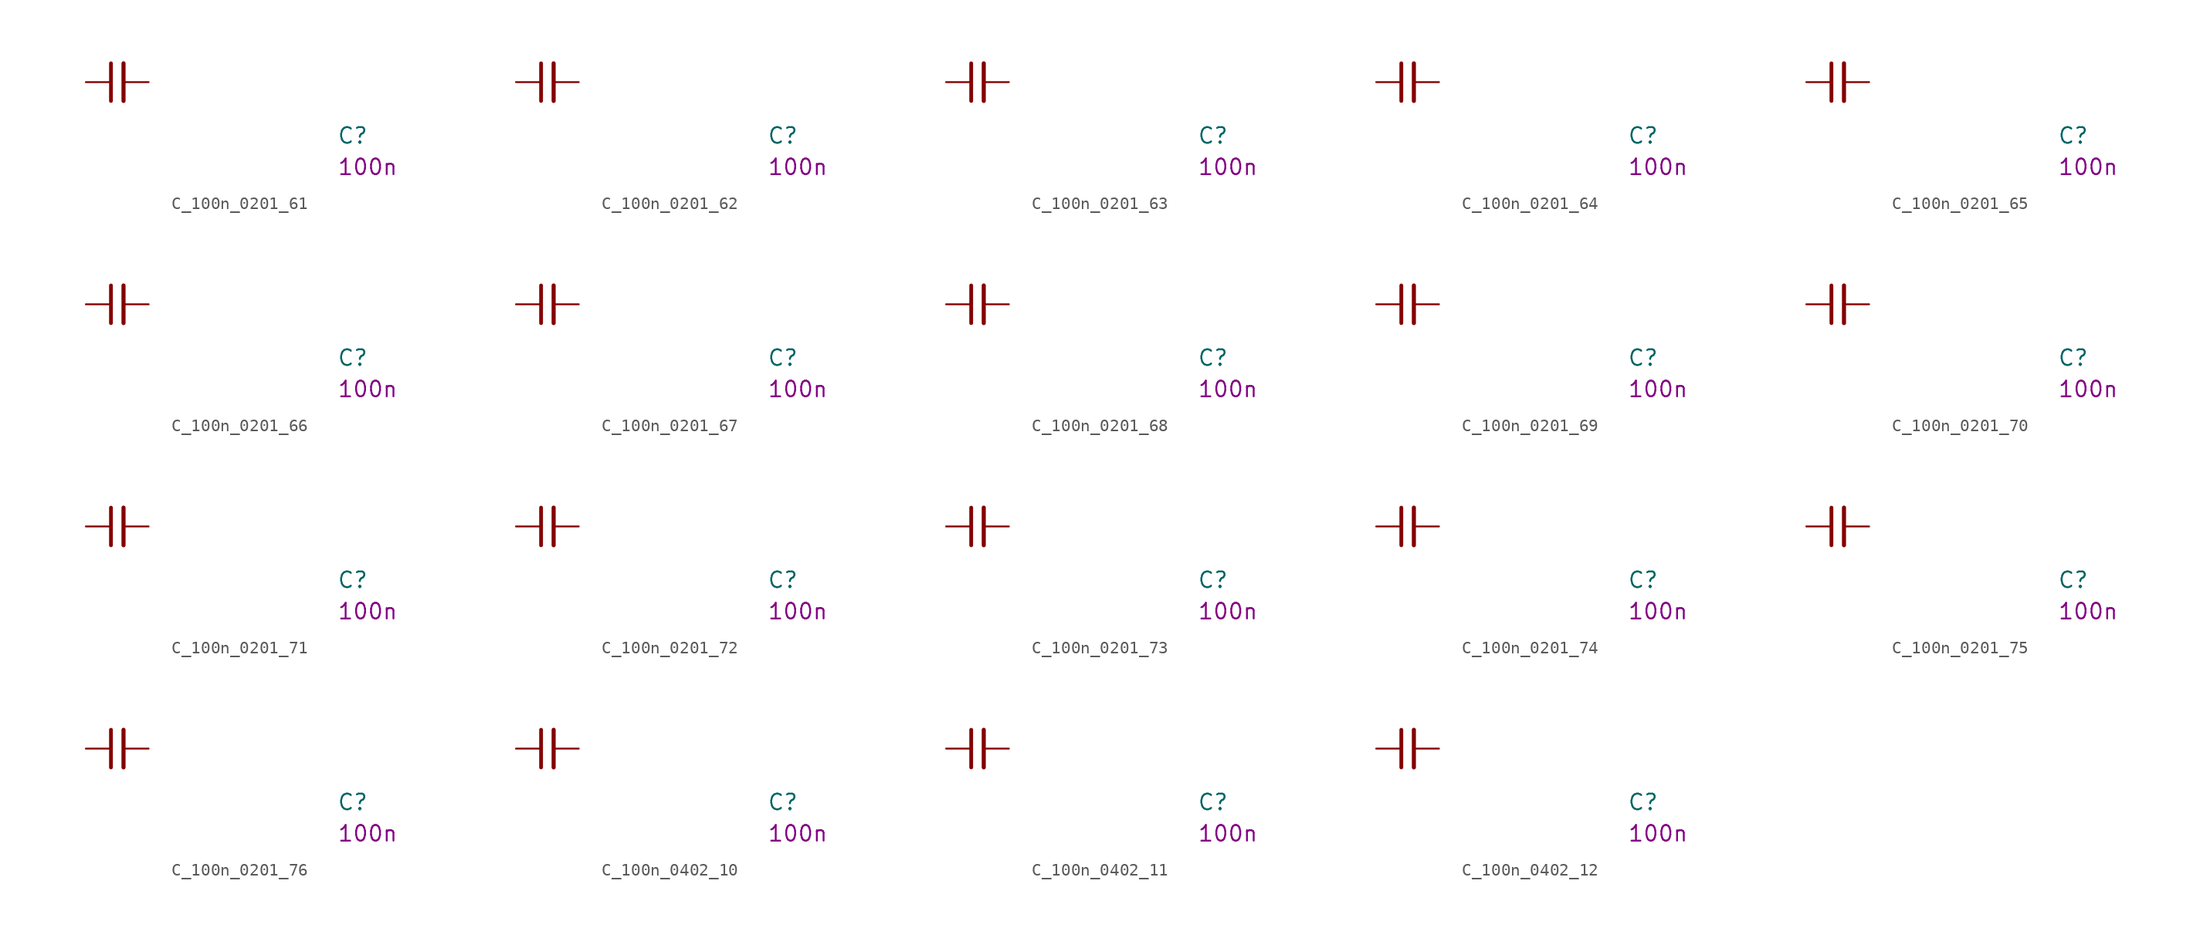
<source format=kicad_sym>
(kicad_symbol_lib
  (version 20211014)
  (generator kicad_symbol_editor)
  (symbol "data-center-rdimm-ddr4-tester:C_100n_0201_61"
    (pin_numbers hide)
    (pin_names hide)
    (property "Reference" "C"
      (at 20.32 -5.08 0)
      (effects (font (size 1.27 1.27) (thickness 0.15)) (justify left bottom)))
    (property "Val" "100n"
      (at 20.32 -7.62 0)
      (effects (font (size 1.27 1.27) (thickness 0.15)) (justify left bottom)))
    (symbol "C_100n_0201_61_0_1"
      (polyline (pts (xy 2.032 -1.524) (xy 2.032 1.524)) (stroke (width 0.305) (type default)) (fill (type none)))
      (polyline (pts (xy 3.048 -1.524) (xy 3.048 1.524)) (stroke (width 0.33) (type default)) (fill (type none))))
    (symbol "C_100n_0201_61_1_1"
      (pin passive line (at 0 0 0) (length 2.032) (name "~" (effects (font (size 1.27 1.27)))) (number "1" (effects (font (size 1.27 1.27)))))
      (pin passive line (at 5.08 0 180) (length 2.032) (name "~" (effects (font (size 1.27 1.27)))) (number "2" (effects (font (size 1.27 1.27)))))))
  (symbol "data-center-rdimm-ddr4-tester:C_100n_0201_62"
    (pin_numbers hide)
    (pin_names hide)
    (property "Reference" "C"
      (at 20.32 -5.08 0)
      (effects (font (size 1.27 1.27) (thickness 0.15)) (justify left bottom)))
    (property "Val" "100n"
      (at 20.32 -7.62 0)
      (effects (font (size 1.27 1.27) (thickness 0.15)) (justify left bottom)))
    (symbol "C_100n_0201_62_0_1"
      (polyline (pts (xy 2.032 -1.524) (xy 2.032 1.524)) (stroke (width 0.305) (type default)) (fill (type none)))
      (polyline (pts (xy 3.048 -1.524) (xy 3.048 1.524)) (stroke (width 0.33) (type default)) (fill (type none))))
    (symbol "C_100n_0201_62_1_1"
      (pin passive line (at 0 0 0) (length 2.032) (name "~" (effects (font (size 1.27 1.27)))) (number "1" (effects (font (size 1.27 1.27)))))
      (pin passive line (at 5.08 0 180) (length 2.032) (name "~" (effects (font (size 1.27 1.27)))) (number "2" (effects (font (size 1.27 1.27)))))))
  (symbol "data-center-rdimm-ddr4-tester:C_100n_0201_63"
    (pin_numbers hide)
    (pin_names hide)
    (property "Reference" "C"
      (at 20.32 -5.08 0)
      (effects (font (size 1.27 1.27) (thickness 0.15)) (justify left bottom)))
    (property "Val" "100n"
      (at 20.32 -7.62 0)
      (effects (font (size 1.27 1.27) (thickness 0.15)) (justify left bottom)))
    (symbol "C_100n_0201_63_0_1"
      (polyline (pts (xy 2.032 -1.524) (xy 2.032 1.524)) (stroke (width 0.305) (type default)) (fill (type none)))
      (polyline (pts (xy 3.048 -1.524) (xy 3.048 1.524)) (stroke (width 0.33) (type default)) (fill (type none))))
    (symbol "C_100n_0201_63_1_1"
      (pin passive line (at 0 0 0) (length 2.032) (name "~" (effects (font (size 1.27 1.27)))) (number "1" (effects (font (size 1.27 1.27)))))
      (pin passive line (at 5.08 0 180) (length 2.032) (name "~" (effects (font (size 1.27 1.27)))) (number "2" (effects (font (size 1.27 1.27)))))))
  (symbol "data-center-rdimm-ddr4-tester:C_100n_0201_64"
    (pin_numbers hide)
    (pin_names hide)
    (property "Reference" "C"
      (at 20.32 -5.08 0)
      (effects (font (size 1.27 1.27) (thickness 0.15)) (justify left bottom)))
    (property "Val" "100n"
      (at 20.32 -7.62 0)
      (effects (font (size 1.27 1.27) (thickness 0.15)) (justify left bottom)))
    (symbol "C_100n_0201_64_0_1"
      (polyline (pts (xy 2.032 -1.524) (xy 2.032 1.524)) (stroke (width 0.305) (type default)) (fill (type none)))
      (polyline (pts (xy 3.048 -1.524) (xy 3.048 1.524)) (stroke (width 0.33) (type default)) (fill (type none))))
    (symbol "C_100n_0201_64_1_1"
      (pin passive line (at 0 0 0) (length 2.032) (name "~" (effects (font (size 1.27 1.27)))) (number "1" (effects (font (size 1.27 1.27)))))
      (pin passive line (at 5.08 0 180) (length 2.032) (name "~" (effects (font (size 1.27 1.27)))) (number "2" (effects (font (size 1.27 1.27)))))))
  (symbol "data-center-rdimm-ddr4-tester:C_100n_0201_65"
    (pin_numbers hide)
    (pin_names hide)
    (property "Reference" "C"
      (at 20.32 -5.08 0)
      (effects (font (size 1.27 1.27) (thickness 0.15)) (justify left bottom)))
    (property "Val" "100n"
      (at 20.32 -7.62 0)
      (effects (font (size 1.27 1.27) (thickness 0.15)) (justify left bottom)))
    (symbol "C_100n_0201_65_0_1"
      (polyline (pts (xy 2.032 -1.524) (xy 2.032 1.524)) (stroke (width 0.305) (type default)) (fill (type none)))
      (polyline (pts (xy 3.048 -1.524) (xy 3.048 1.524)) (stroke (width 0.33) (type default)) (fill (type none))))
    (symbol "C_100n_0201_65_1_1"
      (pin passive line (at 0 0 0) (length 2.032) (name "~" (effects (font (size 1.27 1.27)))) (number "1" (effects (font (size 1.27 1.27)))))
      (pin passive line (at 5.08 0 180) (length 2.032) (name "~" (effects (font (size 1.27 1.27)))) (number "2" (effects (font (size 1.27 1.27)))))))
  (symbol "data-center-rdimm-ddr4-tester:C_100n_0201_66"
    (pin_numbers hide)
    (pin_names hide)
    (property "Reference" "C"
      (at 20.32 -5.08 0)
      (effects (font (size 1.27 1.27) (thickness 0.15)) (justify left bottom)))
    (property "Val" "100n"
      (at 20.32 -7.62 0)
      (effects (font (size 1.27 1.27) (thickness 0.15)) (justify left bottom)))
    (symbol "C_100n_0201_66_0_1"
      (polyline (pts (xy 2.032 -1.524) (xy 2.032 1.524)) (stroke (width 0.305) (type default)) (fill (type none)))
      (polyline (pts (xy 3.048 -1.524) (xy 3.048 1.524)) (stroke (width 0.33) (type default)) (fill (type none))))
    (symbol "C_100n_0201_66_1_1"
      (pin passive line (at 0 0 0) (length 2.032) (name "~" (effects (font (size 1.27 1.27)))) (number "1" (effects (font (size 1.27 1.27)))))
      (pin passive line (at 5.08 0 180) (length 2.032) (name "~" (effects (font (size 1.27 1.27)))) (number "2" (effects (font (size 1.27 1.27)))))))
  (symbol "data-center-rdimm-ddr4-tester:C_100n_0201_67"
    (pin_numbers hide)
    (pin_names hide)
    (property "Reference" "C"
      (at 20.32 -5.08 0)
      (effects (font (size 1.27 1.27) (thickness 0.15)) (justify left bottom)))
    (property "Val" "100n"
      (at 20.32 -7.62 0)
      (effects (font (size 1.27 1.27) (thickness 0.15)) (justify left bottom)))
    (symbol "C_100n_0201_67_0_1"
      (polyline (pts (xy 2.032 -1.524) (xy 2.032 1.524)) (stroke (width 0.305) (type default)) (fill (type none)))
      (polyline (pts (xy 3.048 -1.524) (xy 3.048 1.524)) (stroke (width 0.33) (type default)) (fill (type none))))
    (symbol "C_100n_0201_67_1_1"
      (pin passive line (at 0 0 0) (length 2.032) (name "~" (effects (font (size 1.27 1.27)))) (number "1" (effects (font (size 1.27 1.27)))))
      (pin passive line (at 5.08 0 180) (length 2.032) (name "~" (effects (font (size 1.27 1.27)))) (number "2" (effects (font (size 1.27 1.27)))))))
  (symbol "data-center-rdimm-ddr4-tester:C_100n_0201_68"
    (pin_numbers hide)
    (pin_names hide)
    (property "Reference" "C"
      (at 20.32 -5.08 0)
      (effects (font (size 1.27 1.27) (thickness 0.15)) (justify left bottom)))
    (property "Val" "100n"
      (at 20.32 -7.62 0)
      (effects (font (size 1.27 1.27) (thickness 0.15)) (justify left bottom)))
    (symbol "C_100n_0201_68_0_1"
      (polyline (pts (xy 2.032 -1.524) (xy 2.032 1.524)) (stroke (width 0.305) (type default)) (fill (type none)))
      (polyline (pts (xy 3.048 -1.524) (xy 3.048 1.524)) (stroke (width 0.33) (type default)) (fill (type none))))
    (symbol "C_100n_0201_68_1_1"
      (pin passive line (at 0 0 0) (length 2.032) (name "~" (effects (font (size 1.27 1.27)))) (number "1" (effects (font (size 1.27 1.27)))))
      (pin passive line (at 5.08 0 180) (length 2.032) (name "~" (effects (font (size 1.27 1.27)))) (number "2" (effects (font (size 1.27 1.27)))))))
  (symbol "data-center-rdimm-ddr4-tester:C_100n_0201_69"
    (pin_numbers hide)
    (pin_names hide)
    (property "Reference" "C"
      (at 20.32 -5.08 0)
      (effects (font (size 1.27 1.27) (thickness 0.15)) (justify left bottom)))
    (property "Val" "100n"
      (at 20.32 -7.62 0)
      (effects (font (size 1.27 1.27) (thickness 0.15)) (justify left bottom)))
    (symbol "C_100n_0201_69_0_1"
      (polyline (pts (xy 2.032 -1.524) (xy 2.032 1.524)) (stroke (width 0.305) (type default)) (fill (type none)))
      (polyline (pts (xy 3.048 -1.524) (xy 3.048 1.524)) (stroke (width 0.33) (type default)) (fill (type none))))
    (symbol "C_100n_0201_69_1_1"
      (pin passive line (at 0 0 0) (length 2.032) (name "~" (effects (font (size 1.27 1.27)))) (number "1" (effects (font (size 1.27 1.27)))))
      (pin passive line (at 5.08 0 180) (length 2.032) (name "~" (effects (font (size 1.27 1.27)))) (number "2" (effects (font (size 1.27 1.27)))))))
  (symbol "data-center-rdimm-ddr4-tester:C_100n_0201_70"
    (pin_numbers hide)
    (pin_names hide)
    (property "Reference" "C"
      (at 20.32 -5.08 0)
      (effects (font (size 1.27 1.27) (thickness 0.15)) (justify left bottom)))
    (property "Val" "100n"
      (at 20.32 -7.62 0)
      (effects (font (size 1.27 1.27) (thickness 0.15)) (justify left bottom)))
    (symbol "C_100n_0201_70_0_1"
      (polyline (pts (xy 2.032 -1.524) (xy 2.032 1.524)) (stroke (width 0.305) (type default)) (fill (type none)))
      (polyline (pts (xy 3.048 -1.524) (xy 3.048 1.524)) (stroke (width 0.33) (type default)) (fill (type none))))
    (symbol "C_100n_0201_70_1_1"
      (pin passive line (at 0 0 0) (length 2.032) (name "~" (effects (font (size 1.27 1.27)))) (number "1" (effects (font (size 1.27 1.27)))))
      (pin passive line (at 5.08 0 180) (length 2.032) (name "~" (effects (font (size 1.27 1.27)))) (number "2" (effects (font (size 1.27 1.27)))))))
  (symbol "data-center-rdimm-ddr4-tester:C_100n_0201_71"
    (pin_numbers hide)
    (pin_names hide)
    (property "Reference" "C"
      (at 20.32 -5.08 0)
      (effects (font (size 1.27 1.27) (thickness 0.15)) (justify left bottom)))
    (property "Val" "100n"
      (at 20.32 -7.62 0)
      (effects (font (size 1.27 1.27) (thickness 0.15)) (justify left bottom)))
    (symbol "C_100n_0201_71_0_1"
      (polyline (pts (xy 2.032 -1.524) (xy 2.032 1.524)) (stroke (width 0.305) (type default)) (fill (type none)))
      (polyline (pts (xy 3.048 -1.524) (xy 3.048 1.524)) (stroke (width 0.33) (type default)) (fill (type none))))
    (symbol "C_100n_0201_71_1_1"
      (pin passive line (at 0 0 0) (length 2.032) (name "~" (effects (font (size 1.27 1.27)))) (number "1" (effects (font (size 1.27 1.27)))))
      (pin passive line (at 5.08 0 180) (length 2.032) (name "~" (effects (font (size 1.27 1.27)))) (number "2" (effects (font (size 1.27 1.27)))))))
  (symbol "data-center-rdimm-ddr4-tester:C_100n_0201_72"
    (pin_numbers hide)
    (pin_names hide)
    (property "Reference" "C"
      (at 20.32 -5.08 0)
      (effects (font (size 1.27 1.27) (thickness 0.15)) (justify left bottom)))
    (property "Val" "100n"
      (at 20.32 -7.62 0)
      (effects (font (size 1.27 1.27) (thickness 0.15)) (justify left bottom)))
    (symbol "C_100n_0201_72_0_1"
      (polyline (pts (xy 2.032 -1.524) (xy 2.032 1.524)) (stroke (width 0.305) (type default)) (fill (type none)))
      (polyline (pts (xy 3.048 -1.524) (xy 3.048 1.524)) (stroke (width 0.33) (type default)) (fill (type none))))
    (symbol "C_100n_0201_72_1_1"
      (pin passive line (at 0 0 0) (length 2.032) (name "~" (effects (font (size 1.27 1.27)))) (number "1" (effects (font (size 1.27 1.27)))))
      (pin passive line (at 5.08 0 180) (length 2.032) (name "~" (effects (font (size 1.27 1.27)))) (number "2" (effects (font (size 1.27 1.27)))))))
  (symbol "data-center-rdimm-ddr4-tester:C_100n_0201_73"
    (pin_numbers hide)
    (pin_names hide)
    (property "Reference" "C"
      (at 20.32 -5.08 0)
      (effects (font (size 1.27 1.27) (thickness 0.15)) (justify left bottom)))
    (property "Val" "100n"
      (at 20.32 -7.62 0)
      (effects (font (size 1.27 1.27) (thickness 0.15)) (justify left bottom)))
    (symbol "C_100n_0201_73_0_1"
      (polyline (pts (xy 2.032 -1.524) (xy 2.032 1.524)) (stroke (width 0.305) (type default)) (fill (type none)))
      (polyline (pts (xy 3.048 -1.524) (xy 3.048 1.524)) (stroke (width 0.33) (type default)) (fill (type none))))
    (symbol "C_100n_0201_73_1_1"
      (pin passive line (at 0 0 0) (length 2.032) (name "~" (effects (font (size 1.27 1.27)))) (number "1" (effects (font (size 1.27 1.27)))))
      (pin passive line (at 5.08 0 180) (length 2.032) (name "~" (effects (font (size 1.27 1.27)))) (number "2" (effects (font (size 1.27 1.27)))))))
  (symbol "data-center-rdimm-ddr4-tester:C_100n_0201_74"
    (pin_numbers hide)
    (pin_names hide)
    (property "Reference" "C"
      (at 20.32 -5.08 0)
      (effects (font (size 1.27 1.27) (thickness 0.15)) (justify left bottom)))
    (property "Val" "100n"
      (at 20.32 -7.62 0)
      (effects (font (size 1.27 1.27) (thickness 0.15)) (justify left bottom)))
    (symbol "C_100n_0201_74_0_1"
      (polyline (pts (xy 2.032 -1.524) (xy 2.032 1.524)) (stroke (width 0.305) (type default)) (fill (type none)))
      (polyline (pts (xy 3.048 -1.524) (xy 3.048 1.524)) (stroke (width 0.33) (type default)) (fill (type none))))
    (symbol "C_100n_0201_74_1_1"
      (pin passive line (at 0 0 0) (length 2.032) (name "~" (effects (font (size 1.27 1.27)))) (number "1" (effects (font (size 1.27 1.27)))))
      (pin passive line (at 5.08 0 180) (length 2.032) (name "~" (effects (font (size 1.27 1.27)))) (number "2" (effects (font (size 1.27 1.27)))))))
  (symbol "data-center-rdimm-ddr4-tester:C_100n_0201_75"
    (pin_numbers hide)
    (pin_names hide)
    (property "Reference" "C"
      (at 20.32 -5.08 0)
      (effects (font (size 1.27 1.27) (thickness 0.15)) (justify left bottom)))
    (property "Val" "100n"
      (at 20.32 -7.62 0)
      (effects (font (size 1.27 1.27) (thickness 0.15)) (justify left bottom)))
    (symbol "C_100n_0201_75_0_1"
      (polyline (pts (xy 2.032 -1.524) (xy 2.032 1.524)) (stroke (width 0.305) (type default)) (fill (type none)))
      (polyline (pts (xy 3.048 -1.524) (xy 3.048 1.524)) (stroke (width 0.33) (type default)) (fill (type none))))
    (symbol "C_100n_0201_75_1_1"
      (pin passive line (at 0 0 0) (length 2.032) (name "~" (effects (font (size 1.27 1.27)))) (number "1" (effects (font (size 1.27 1.27)))))
      (pin passive line (at 5.08 0 180) (length 2.032) (name "~" (effects (font (size 1.27 1.27)))) (number "2" (effects (font (size 1.27 1.27)))))))
  (symbol "data-center-rdimm-ddr4-tester:C_100n_0201_76"
    (pin_numbers hide)
    (pin_names hide)
    (property "Reference" "C"
      (at 20.32 -5.08 0)
      (effects (font (size 1.27 1.27) (thickness 0.15)) (justify left bottom)))
    (property "Val" "100n"
      (at 20.32 -7.62 0)
      (effects (font (size 1.27 1.27) (thickness 0.15)) (justify left bottom)))
    (symbol "C_100n_0201_76_0_1"
      (polyline (pts (xy 2.032 -1.524) (xy 2.032 1.524)) (stroke (width 0.305) (type default)) (fill (type none)))
      (polyline (pts (xy 3.048 -1.524) (xy 3.048 1.524)) (stroke (width 0.33) (type default)) (fill (type none))))
    (symbol "C_100n_0201_76_1_1"
      (pin passive line (at 0 0 0) (length 2.032) (name "~" (effects (font (size 1.27 1.27)))) (number "1" (effects (font (size 1.27 1.27)))))
      (pin passive line (at 5.08 0 180) (length 2.032) (name "~" (effects (font (size 1.27 1.27)))) (number "2" (effects (font (size 1.27 1.27)))))))
  (symbol "data-center-rdimm-ddr4-tester:C_100n_0402_10"
    (pin_numbers hide)
    (pin_names hide)
    (property "Reference" "C"
      (at 20.32 -5.08 0)
      (effects (font (size 1.27 1.27) (thickness 0.15)) (justify left bottom)))
    (property "Val" "100n"
      (at 20.32 -7.62 0)
      (effects (font (size 1.27 1.27) (thickness 0.15)) (justify left bottom)))
    (symbol "C_100n_0402_10_0_1"
      (polyline (pts (xy 2.032 -1.524) (xy 2.032 1.524)) (stroke (width 0.305) (type default)) (fill (type none)))
      (polyline (pts (xy 3.048 -1.524) (xy 3.048 1.524)) (stroke (width 0.33) (type default)) (fill (type none))))
    (symbol "C_100n_0402_10_1_1"
      (pin passive line (at 0 0 0) (length 2.032) (name "~" (effects (font (size 1.27 1.27)))) (number "1" (effects (font (size 1.27 1.27)))))
      (pin passive line (at 5.08 0 180) (length 2.032) (name "~" (effects (font (size 1.27 1.27)))) (number "2" (effects (font (size 1.27 1.27)))))))
  (symbol "data-center-rdimm-ddr4-tester:C_100n_0402_11"
    (pin_numbers hide)
    (pin_names hide)
    (property "Reference" "C"
      (at 20.32 -5.08 0)
      (effects (font (size 1.27 1.27) (thickness 0.15)) (justify left bottom)))
    (property "Val" "100n"
      (at 20.32 -7.62 0)
      (effects (font (size 1.27 1.27) (thickness 0.15)) (justify left bottom)))
    (symbol "C_100n_0402_11_0_1"
      (polyline (pts (xy 2.032 -1.524) (xy 2.032 1.524)) (stroke (width 0.305) (type default)) (fill (type none)))
      (polyline (pts (xy 3.048 -1.524) (xy 3.048 1.524)) (stroke (width 0.33) (type default)) (fill (type none))))
    (symbol "C_100n_0402_11_1_1"
      (pin passive line (at 0 0 0) (length 2.032) (name "~" (effects (font (size 1.27 1.27)))) (number "1" (effects (font (size 1.27 1.27)))))
      (pin passive line (at 5.08 0 180) (length 2.032) (name "~" (effects (font (size 1.27 1.27)))) (number "2" (effects (font (size 1.27 1.27)))))))
  (symbol "data-center-rdimm-ddr4-tester:C_100n_0402_12"
    (pin_numbers hide)
    (pin_names hide)
    (property "Reference" "C"
      (at 20.32 -5.08 0)
      (effects (font (size 1.27 1.27) (thickness 0.15)) (justify left bottom)))
    (property "Val" "100n"
      (at 20.32 -7.62 0)
      (effects (font (size 1.27 1.27) (thickness 0.15)) (justify left bottom)))
    (symbol "C_100n_0402_12_0_1"
      (polyline (pts (xy 2.032 -1.524) (xy 2.032 1.524)) (stroke (width 0.305) (type default)) (fill (type none)))
      (polyline (pts (xy 3.048 -1.524) (xy 3.048 1.524)) (stroke (width 0.33) (type default)) (fill (type none))))
    (symbol "C_100n_0402_12_1_1"
      (pin passive line (at 0 0 0) (length 2.032) (name "~" (effects (font (size 1.27 1.27)))) (number "1" (effects (font (size 1.27 1.27)))))
      (pin passive line (at 5.08 0 180) (length 2.032) (name "~" (effects (font (size 1.27 1.27)))) (number "2" (effects (font (size 1.27 1.27))))))))
</source>
